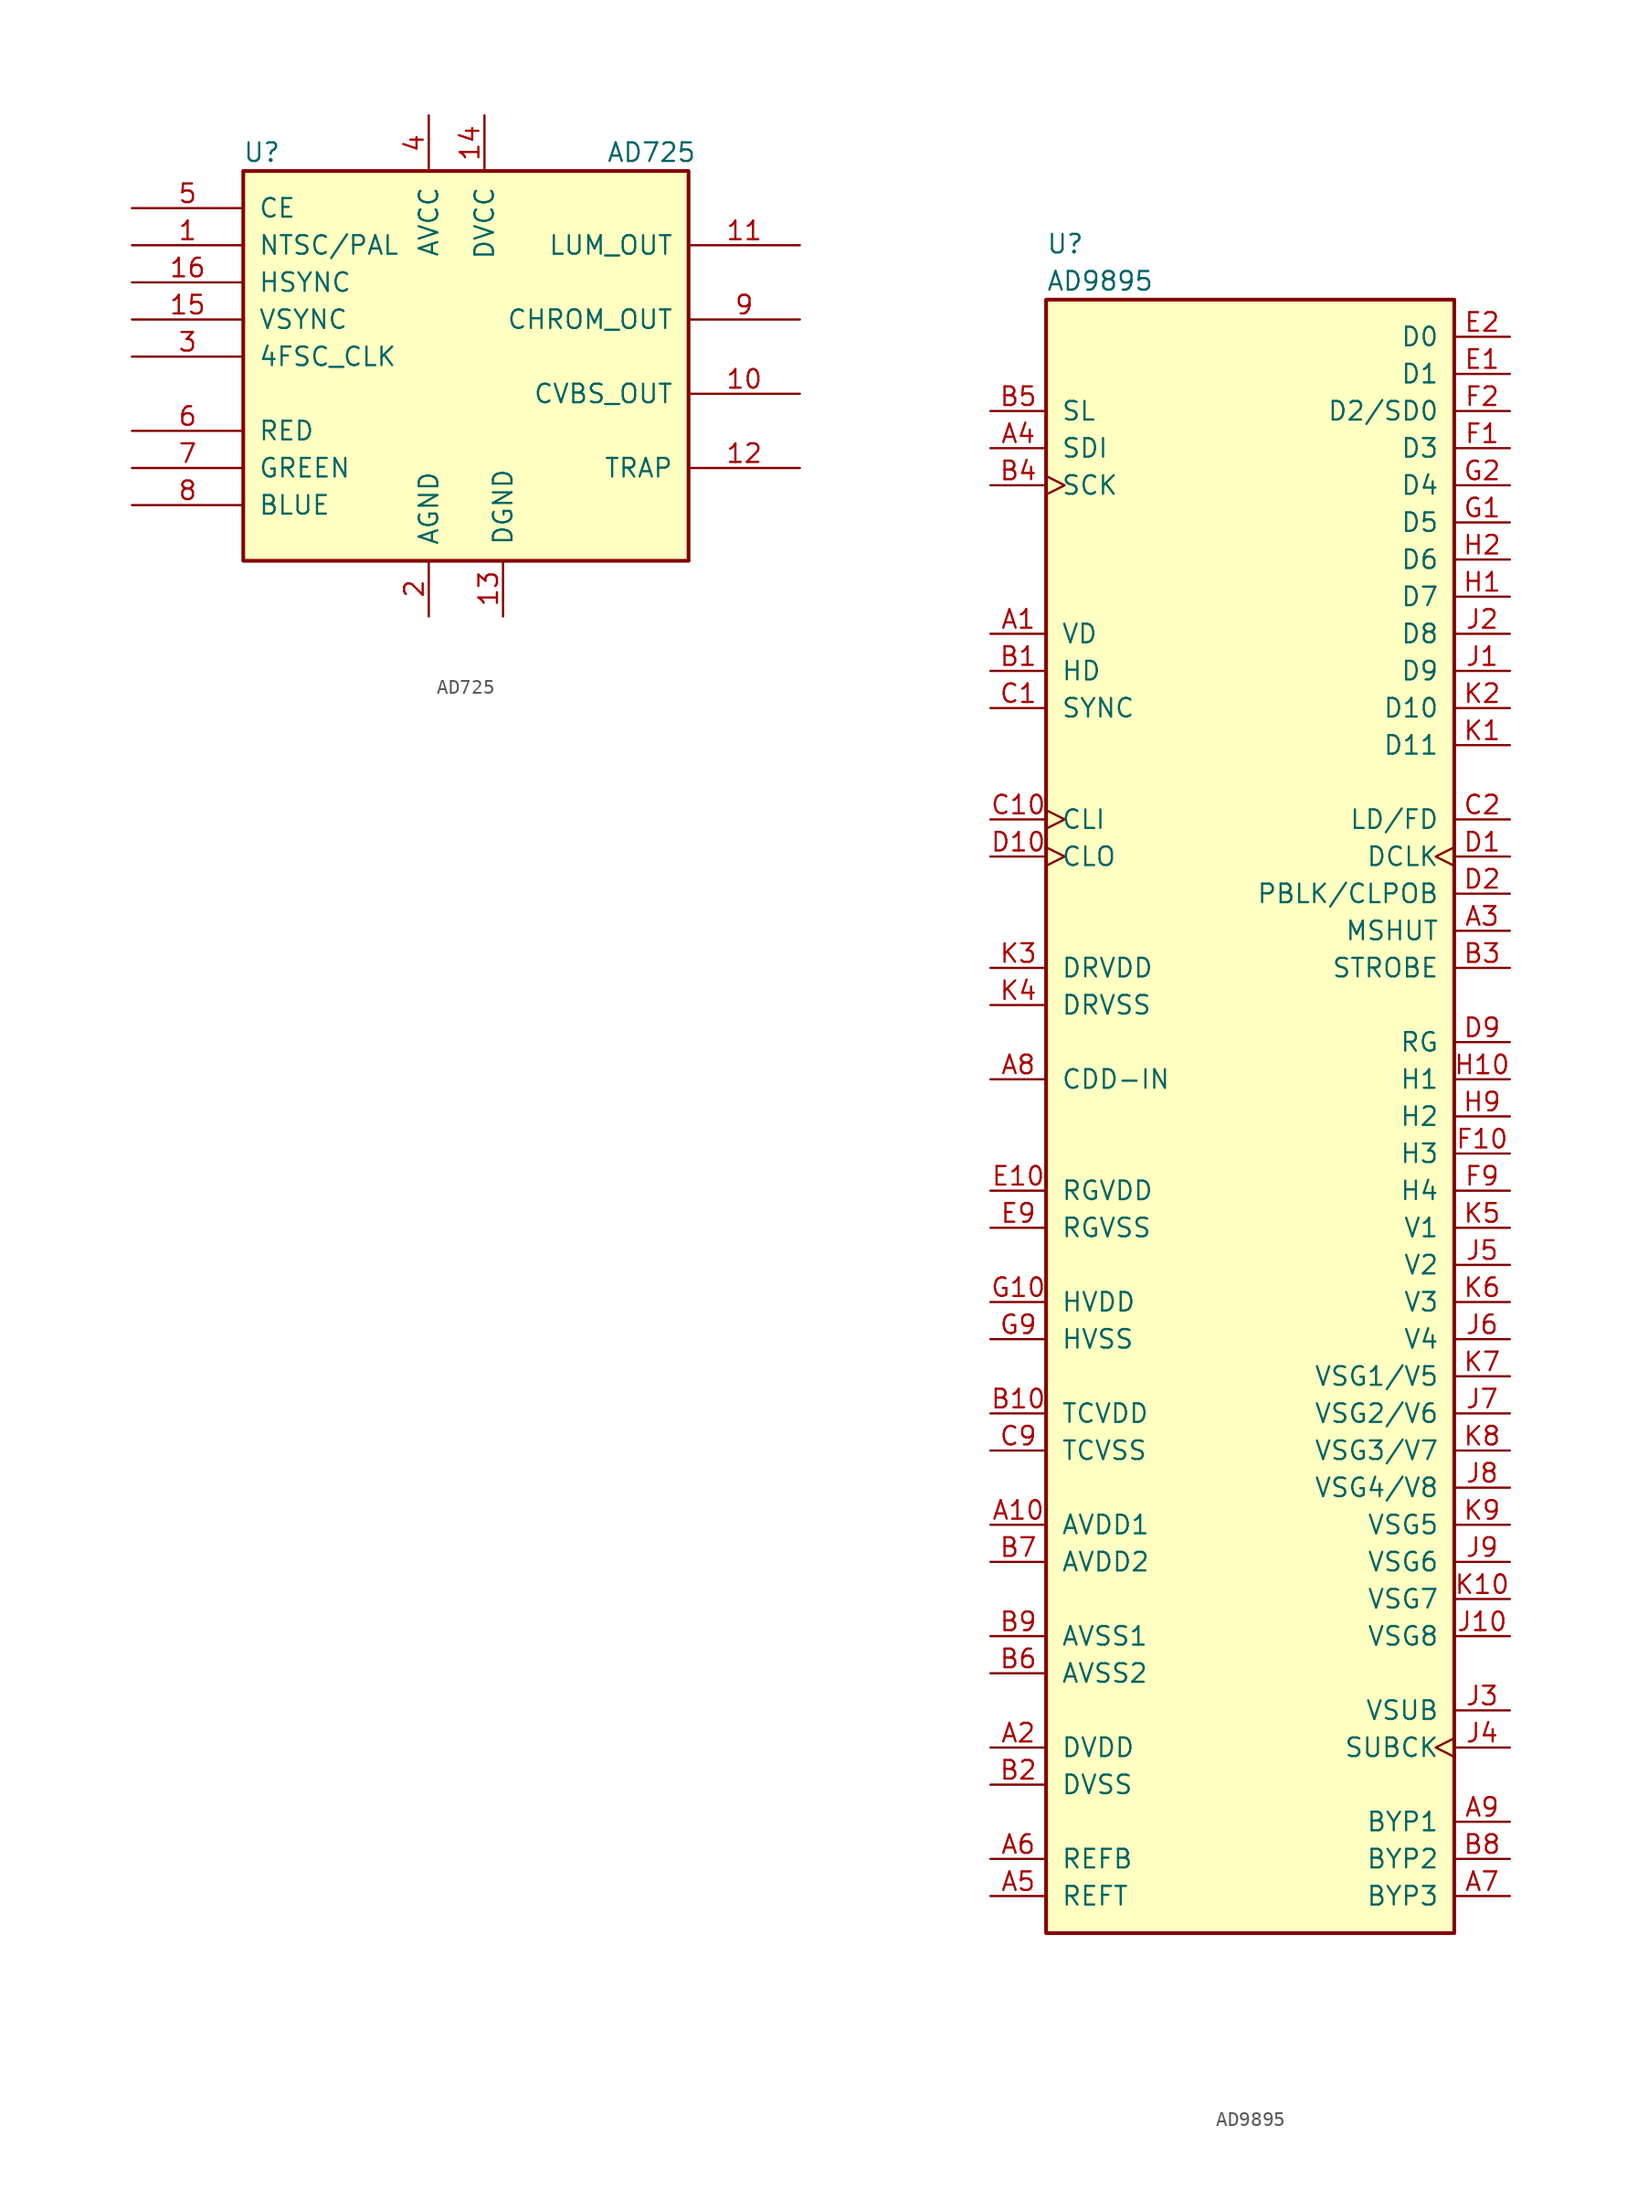
<source format=kicad_sym>
(kicad_symbol_lib
  (version 20201005)
  (generator kicad_symbol_editor)
  (symbol "AD725"
    (pin_names
      (offset 1.016))
    (property "Reference" "U"
      (at -13.97 13.97 0)
      (effects (font (size 1.27 1.27))))
    (property "Value" "AD725"
      (at 12.7 13.97 0)
      (effects (font (size 1.27 1.27))))
    (symbol "AD725_0_1"
      (rectangle (start -15.24 12.7) (end 15.24 -13.97) (stroke (width 0.254)) (fill (type background))))
    (symbol "AD725_1_1"
      (pin input line (at -22.86 7.62 0) (length 7.62) (name "NTSC/PAL" (effects (font (size 1.27 1.27)))) (number "1" (effects (font (size 1.27 1.27)))))
      (pin output line (at 22.86 -2.54 180) (length 7.62) (name "CVBS_OUT" (effects (font (size 1.27 1.27)))) (number "10" (effects (font (size 1.27 1.27)))))
      (pin output line (at 22.86 7.62 180) (length 7.62) (name "LUM_OUT" (effects (font (size 1.27 1.27)))) (number "11" (effects (font (size 1.27 1.27)))))
      (pin input line (at 22.86 -7.62 180) (length 7.62) (name "TRAP" (effects (font (size 1.27 1.27)))) (number "12" (effects (font (size 1.27 1.27)))))
      (pin power_in line (at 2.54 -17.78 90) (length 3.81) (name "DGND" (effects (font (size 1.27 1.27)))) (number "13" (effects (font (size 1.27 1.27)))))
      (pin power_in line (at 1.27 16.51 270) (length 3.81) (name "DVCC" (effects (font (size 1.27 1.27)))) (number "14" (effects (font (size 1.27 1.27)))))
      (pin input line (at -22.86 2.54 0) (length 7.62) (name "VSYNC" (effects (font (size 1.27 1.27)))) (number "15" (effects (font (size 1.27 1.27)))))
      (pin input line (at -22.86 5.08 0) (length 7.62) (name "HSYNC" (effects (font (size 1.27 1.27)))) (number "16" (effects (font (size 1.27 1.27)))))
      (pin power_in line (at -2.54 -17.78 90) (length 3.81) (name "AGND" (effects (font (size 1.27 1.27)))) (number "2" (effects (font (size 1.27 1.27)))))
      (pin input line (at -22.86 0 0) (length 7.62) (name "4FSC_CLK" (effects (font (size 1.27 1.27)))) (number "3" (effects (font (size 1.27 1.27)))))
      (pin power_in line (at -2.54 16.51 270) (length 3.81) (name "AVCC" (effects (font (size 1.27 1.27)))) (number "4" (effects (font (size 1.27 1.27)))))
      (pin power_in line (at -22.86 10.16 0) (length 7.62) (name "CE" (effects (font (size 1.27 1.27)))) (number "5" (effects (font (size 1.27 1.27)))))
      (pin input line (at -22.86 -5.08 0) (length 7.62) (name "RED" (effects (font (size 1.27 1.27)))) (number "6" (effects (font (size 1.27 1.27)))))
      (pin input line (at -22.86 -7.62 0) (length 7.62) (name "GREEN" (effects (font (size 1.27 1.27)))) (number "7" (effects (font (size 1.27 1.27)))))
      (pin input line (at -22.86 -10.16 0) (length 7.62) (name "BLUE" (effects (font (size 1.27 1.27)))) (number "8" (effects (font (size 1.27 1.27)))))
      (pin output line (at 22.86 2.54 180) (length 7.62) (name "CHROM_OUT" (effects (font (size 1.27 1.27)))) (number "9" (effects (font (size 1.27 1.27)))))))
  (symbol "AD9895"
    (pin_names
      (offset 1.016))
    (property "Reference" "U"
      (at -13.97 59.69 0)
      (effects (font (size 1.27 1.27)) (justify left)))
    (property "Value" "AD9895"
      (at -13.97 57.15 0)
      (effects (font (size 1.27 1.27)) (justify left)))
    (symbol "AD9895_0_1"
      (rectangle (start 13.97 -55.88) (end -13.97 55.88) (stroke (width 0.254)) (fill (type background))))
    (symbol "AD9895_1_1"
      (pin bidirectional line (at -17.78 33.02 0) (length 3.81) (name "VD" (effects (font (size 1.27 1.27)))) (number "A1" (effects (font (size 1.27 1.27)))))
      (pin power_in line (at -17.78 -27.94 0) (length 3.81) (name "AVDD1" (effects (font (size 1.27 1.27)))) (number "A10" (effects (font (size 1.27 1.27)))))
      (pin power_in line (at -17.78 -43.18 0) (length 3.81) (name "DVDD" (effects (font (size 1.27 1.27)))) (number "A2" (effects (font (size 1.27 1.27)))))
      (pin output line (at 17.78 12.7 180) (length 3.81) (name "MSHUT" (effects (font (size 1.27 1.27)))) (number "A3" (effects (font (size 1.27 1.27)))))
      (pin input line (at -17.78 45.72 0) (length 3.81) (name "SDI" (effects (font (size 1.27 1.27)))) (number "A4" (effects (font (size 1.27 1.27)))))
      (pin output line (at -17.78 -53.34 0) (length 3.81) (name "REFT" (effects (font (size 1.27 1.27)))) (number "A5" (effects (font (size 1.27 1.27)))))
      (pin output line (at -17.78 -50.8 0) (length 3.81) (name "REFB" (effects (font (size 1.27 1.27)))) (number "A6" (effects (font (size 1.27 1.27)))))
      (pin output line (at 17.78 -53.34 180) (length 3.81) (name "BYP3" (effects (font (size 1.27 1.27)))) (number "A7" (effects (font (size 1.27 1.27)))))
      (pin input line (at -17.78 2.54 0) (length 3.81) (name "CDD-IN" (effects (font (size 1.27 1.27)))) (number "A8" (effects (font (size 1.27 1.27)))))
      (pin output line (at 17.78 -48.26 180) (length 3.81) (name "BYP1" (effects (font (size 1.27 1.27)))) (number "A9" (effects (font (size 1.27 1.27)))))
      (pin bidirectional line (at -17.78 30.48 0) (length 3.81) (name "HD" (effects (font (size 1.27 1.27)))) (number "B1" (effects (font (size 1.27 1.27)))))
      (pin power_in line (at -17.78 -20.32 0) (length 3.81) (name "TCVDD" (effects (font (size 1.27 1.27)))) (number "B10" (effects (font (size 1.27 1.27)))))
      (pin power_in line (at -17.78 -45.72 0) (length 3.81) (name "DVSS" (effects (font (size 1.27 1.27)))) (number "B2" (effects (font (size 1.27 1.27)))))
      (pin output line (at 17.78 10.16 180) (length 3.81) (name "STROBE" (effects (font (size 1.27 1.27)))) (number "B3" (effects (font (size 1.27 1.27)))))
      (pin input clock (at -17.78 43.18 0) (length 3.81) (name "SCK" (effects (font (size 1.27 1.27)))) (number "B4" (effects (font (size 1.27 1.27)))))
      (pin input line (at -17.78 48.26 0) (length 3.81) (name "SL" (effects (font (size 1.27 1.27)))) (number "B5" (effects (font (size 1.27 1.27)))))
      (pin power_in line (at -17.78 -38.1 0) (length 3.81) (name "AVSS2" (effects (font (size 1.27 1.27)))) (number "B6" (effects (font (size 1.27 1.27)))))
      (pin power_in line (at -17.78 -30.48 0) (length 3.81) (name "AVDD2" (effects (font (size 1.27 1.27)))) (number "B7" (effects (font (size 1.27 1.27)))))
      (pin output line (at 17.78 -50.8 180) (length 3.81) (name "BYP2" (effects (font (size 1.27 1.27)))) (number "B8" (effects (font (size 1.27 1.27)))))
      (pin power_in line (at -17.78 -35.56 0) (length 3.81) (name "AVSS1" (effects (font (size 1.27 1.27)))) (number "B9" (effects (font (size 1.27 1.27)))))
      (pin input line (at -17.78 27.94 0) (length 3.81) (name "SYNC" (effects (font (size 1.27 1.27)))) (number "C1" (effects (font (size 1.27 1.27)))))
      (pin input clock (at -17.78 20.32 0) (length 3.81) (name "CLI" (effects (font (size 1.27 1.27)))) (number "C10" (effects (font (size 1.27 1.27)))))
      (pin output line (at 17.78 20.32 180) (length 3.81) (name "LD/FD" (effects (font (size 1.27 1.27)))) (number "C2" (effects (font (size 1.27 1.27)))))
      (pin power_in line (at -17.78 -22.86 0) (length 3.81) (name "TCVSS" (effects (font (size 1.27 1.27)))) (number "C9" (effects (font (size 1.27 1.27)))))
      (pin output clock (at 17.78 17.78 180) (length 3.81) (name "DCLK" (effects (font (size 1.27 1.27)))) (number "D1" (effects (font (size 1.27 1.27)))))
      (pin output clock (at -17.78 17.78 0) (length 3.81) (name "CLO" (effects (font (size 1.27 1.27)))) (number "D10" (effects (font (size 1.27 1.27)))))
      (pin output line (at 17.78 15.24 180) (length 3.81) (name "PBLK/CLPOB" (effects (font (size 1.27 1.27)))) (number "D2" (effects (font (size 1.27 1.27)))))
      (pin output line (at 17.78 5.08 180) (length 3.81) (name "RG" (effects (font (size 1.27 1.27)))) (number "D9" (effects (font (size 1.27 1.27)))))
      (pin output line (at 17.78 50.8 180) (length 3.81) (name "D1" (effects (font (size 1.27 1.27)))) (number "E1" (effects (font (size 1.27 1.27)))))
      (pin power_in line (at -17.78 -5.08 0) (length 3.81) (name "RGVDD" (effects (font (size 1.27 1.27)))) (number "E10" (effects (font (size 1.27 1.27)))))
      (pin output line (at 17.78 53.34 180) (length 3.81) (name "D0" (effects (font (size 1.27 1.27)))) (number "E2" (effects (font (size 1.27 1.27)))))
      (pin power_in line (at -17.78 -7.62 0) (length 3.81) (name "RGVSS" (effects (font (size 1.27 1.27)))) (number "E9" (effects (font (size 1.27 1.27)))))
      (pin output line (at 17.78 45.72 180) (length 3.81) (name "D3" (effects (font (size 1.27 1.27)))) (number "F1" (effects (font (size 1.27 1.27)))))
      (pin output line (at 17.78 -2.54 180) (length 3.81) (name "H3" (effects (font (size 1.27 1.27)))) (number "F10" (effects (font (size 1.27 1.27)))))
      (pin output line (at 17.78 48.26 180) (length 3.81) (name "D2/SD0" (effects (font (size 1.27 1.27)))) (number "F2" (effects (font (size 1.27 1.27)))))
      (pin output line (at 17.78 -5.08 180) (length 3.81) (name "H4" (effects (font (size 1.27 1.27)))) (number "F9" (effects (font (size 1.27 1.27)))))
      (pin output line (at 17.78 40.64 180) (length 3.81) (name "D5" (effects (font (size 1.27 1.27)))) (number "G1" (effects (font (size 1.27 1.27)))))
      (pin power_in line (at -17.78 -12.7 0) (length 3.81) (name "HVDD" (effects (font (size 1.27 1.27)))) (number "G10" (effects (font (size 1.27 1.27)))))
      (pin output line (at 17.78 43.18 180) (length 3.81) (name "D4" (effects (font (size 1.27 1.27)))) (number "G2" (effects (font (size 1.27 1.27)))))
      (pin power_in line (at -17.78 -15.24 0) (length 3.81) (name "HVSS" (effects (font (size 1.27 1.27)))) (number "G9" (effects (font (size 1.27 1.27)))))
      (pin output line (at 17.78 35.56 180) (length 3.81) (name "D7" (effects (font (size 1.27 1.27)))) (number "H1" (effects (font (size 1.27 1.27)))))
      (pin output line (at 17.78 2.54 180) (length 3.81) (name "H1" (effects (font (size 1.27 1.27)))) (number "H10" (effects (font (size 1.27 1.27)))))
      (pin output line (at 17.78 38.1 180) (length 3.81) (name "D6" (effects (font (size 1.27 1.27)))) (number "H2" (effects (font (size 1.27 1.27)))))
      (pin output line (at 17.78 0 180) (length 3.81) (name "H2" (effects (font (size 1.27 1.27)))) (number "H9" (effects (font (size 1.27 1.27)))))
      (pin output line (at 17.78 30.48 180) (length 3.81) (name "D9" (effects (font (size 1.27 1.27)))) (number "J1" (effects (font (size 1.27 1.27)))))
      (pin output line (at 17.78 -35.56 180) (length 3.81) (name "VSG8" (effects (font (size 1.27 1.27)))) (number "J10" (effects (font (size 1.27 1.27)))))
      (pin output line (at 17.78 33.02 180) (length 3.81) (name "D8" (effects (font (size 1.27 1.27)))) (number "J2" (effects (font (size 1.27 1.27)))))
      (pin output line (at 17.78 -40.64 180) (length 3.81) (name "VSUB" (effects (font (size 1.27 1.27)))) (number "J3" (effects (font (size 1.27 1.27)))))
      (pin output clock (at 17.78 -43.18 180) (length 3.81) (name "SUBCK" (effects (font (size 1.27 1.27)))) (number "J4" (effects (font (size 1.27 1.27)))))
      (pin output line (at 17.78 -10.16 180) (length 3.81) (name "V2" (effects (font (size 1.27 1.27)))) (number "J5" (effects (font (size 1.27 1.27)))))
      (pin output line (at 17.78 -15.24 180) (length 3.81) (name "V4" (effects (font (size 1.27 1.27)))) (number "J6" (effects (font (size 1.27 1.27)))))
      (pin output line (at 17.78 -20.32 180) (length 3.81) (name "VSG2/V6" (effects (font (size 1.27 1.27)))) (number "J7" (effects (font (size 1.27 1.27)))))
      (pin output line (at 17.78 -25.4 180) (length 3.81) (name "VSG4/V8" (effects (font (size 1.27 1.27)))) (number "J8" (effects (font (size 1.27 1.27)))))
      (pin output line (at 17.78 -30.48 180) (length 3.81) (name "VSG6" (effects (font (size 1.27 1.27)))) (number "J9" (effects (font (size 1.27 1.27)))))
      (pin input line (at 17.78 25.4 180) (length 3.81) (name "D11" (effects (font (size 1.27 1.27)))) (number "K1" (effects (font (size 1.27 1.27)))))
      (pin output line (at 17.78 -33.02 180) (length 3.81) (name "VSG7" (effects (font (size 1.27 1.27)))) (number "K10" (effects (font (size 1.27 1.27)))))
      (pin output line (at 17.78 27.94 180) (length 3.81) (name "D10" (effects (font (size 1.27 1.27)))) (number "K2" (effects (font (size 1.27 1.27)))))
      (pin power_out line (at -17.78 10.16 0) (length 3.81) (name "DRVDD" (effects (font (size 1.27 1.27)))) (number "K3" (effects (font (size 1.27 1.27)))))
      (pin power_out line (at -17.78 7.62 0) (length 3.81) (name "DRVSS" (effects (font (size 1.27 1.27)))) (number "K4" (effects (font (size 1.27 1.27)))))
      (pin output line (at 17.78 -7.62 180) (length 3.81) (name "V1" (effects (font (size 1.27 1.27)))) (number "K5" (effects (font (size 1.27 1.27)))))
      (pin output line (at 17.78 -12.7 180) (length 3.81) (name "V3" (effects (font (size 1.27 1.27)))) (number "K6" (effects (font (size 1.27 1.27)))))
      (pin output line (at 17.78 -17.78 180) (length 3.81) (name "VSG1/V5" (effects (font (size 1.27 1.27)))) (number "K7" (effects (font (size 1.27 1.27)))))
      (pin output line (at 17.78 -22.86 180) (length 3.81) (name "VSG3/V7" (effects (font (size 1.27 1.27)))) (number "K8" (effects (font (size 1.27 1.27)))))
      (pin output line (at 17.78 -27.94 180) (length 3.81) (name "VSG5" (effects (font (size 1.27 1.27)))) (number "K9" (effects (font (size 1.27 1.27))))))))
</source>
